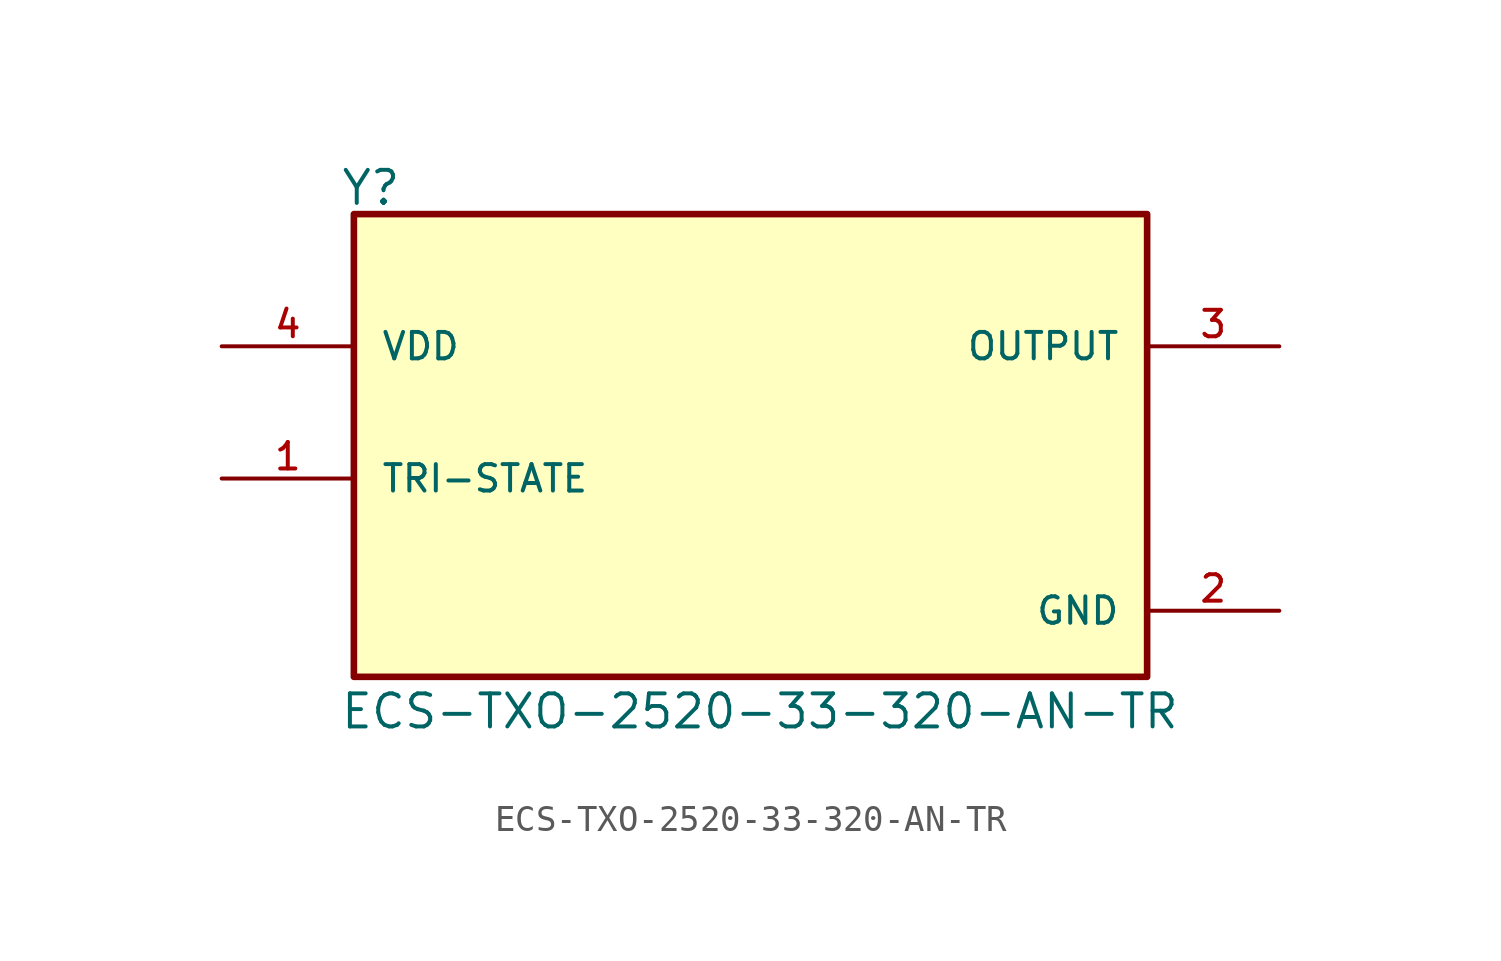
<source format=kicad_sym>
(kicad_symbol_lib
  (version 20211014)
  (generator kicad_symbol_editor)
  (symbol "ECS-TXO-2520-33-320-AN-TR"
    (pin_names
      (offset 1.016))
    (property "Reference" "Y"
      (at -15.774 7.887 0)
      (effects (font (size 1.27 1.27)) (justify bottom left)))
    (property "Value" "ECS-TXO-2520-33-320-AN-TR"
      (at -15.795 -12.229 0)
      (effects (font (size 1.27 1.27)) (justify bottom left)))
    (symbol "ECS-TXO-2520-33-320-AN-TR_0_0"
      (rectangle (start -15.24 -10.16) (end 15.24 7.62) (stroke (width 0.254)) (fill (type background)))
      (pin input line (at -20.32 -2.54 0) (length 5.08) (name "TRI-STATE" (effects (font (size 1.016 1.016)))) (number "1" (effects (font (size 1.016 1.016)))))
      (pin output line (at 20.32 2.54 180.0) (length 5.08) (name "OUTPUT" (effects (font (size 1.016 1.016)))) (number "3" (effects (font (size 1.016 1.016)))))
      (pin input line (at -20.32 2.54 0) (length 5.08) (name "VDD" (effects (font (size 1.016 1.016)))) (number "4" (effects (font (size 1.016 1.016)))))
      (pin power_in line (at 20.32 -7.62 180.0) (length 5.08) (name "GND" (effects (font (size 1.016 1.016)))) (number "2" (effects (font (size 1.016 1.016))))))))
</source>
